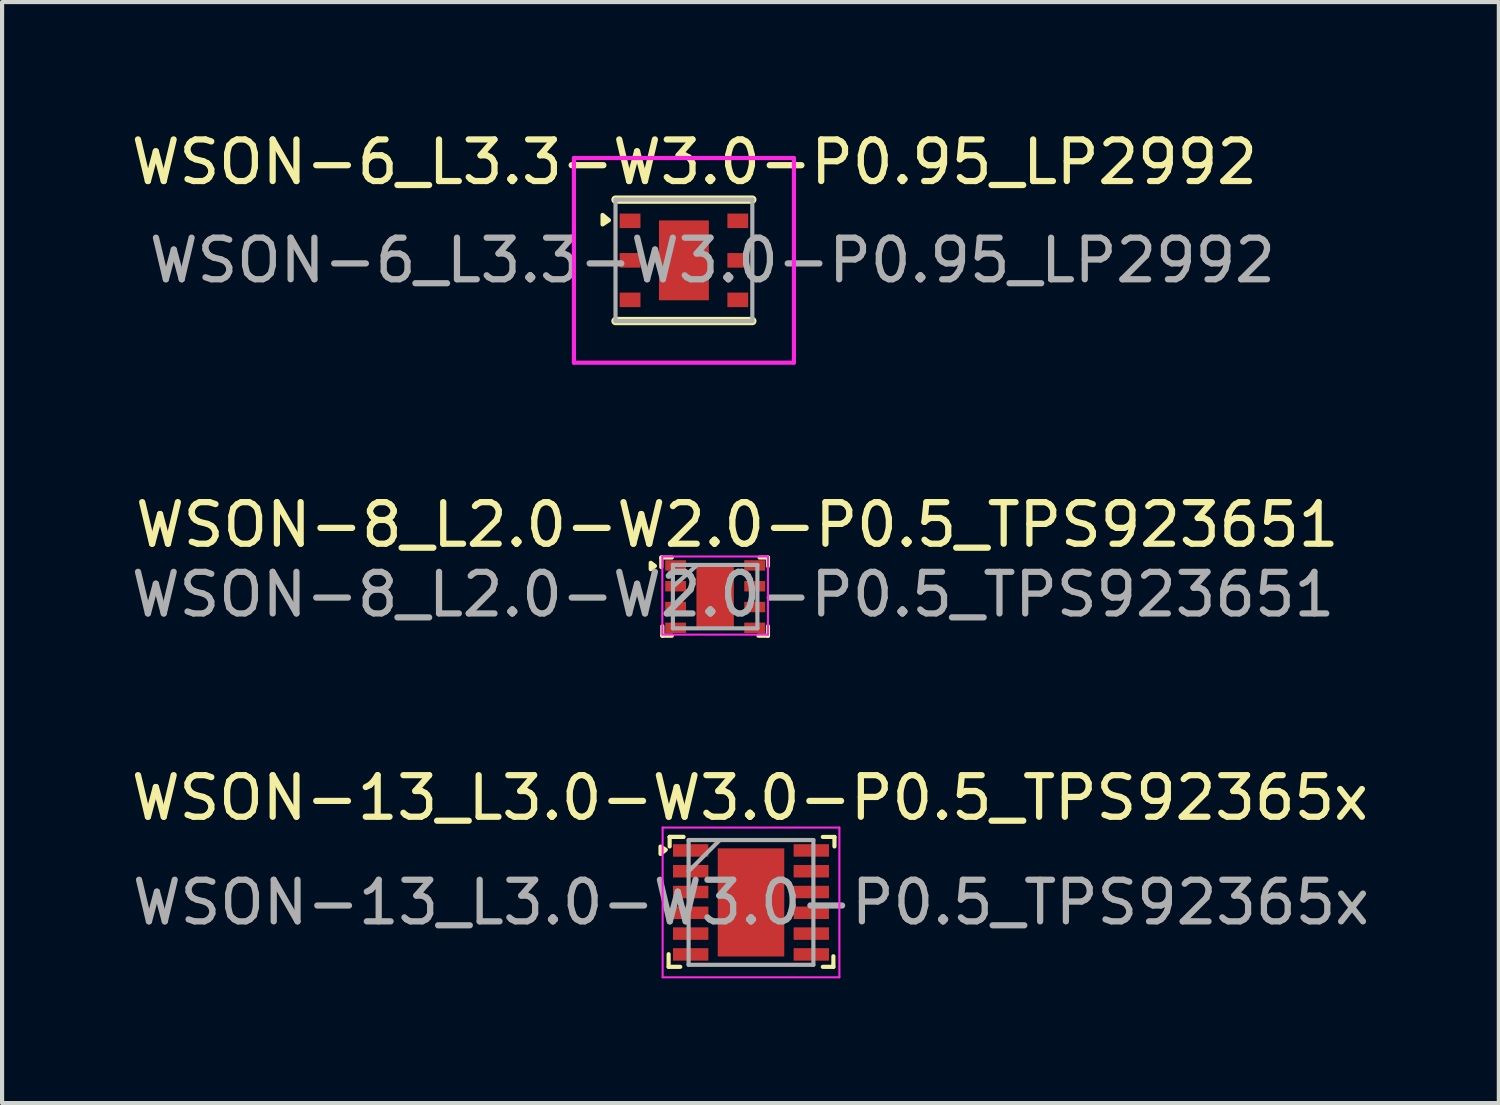
<source format=kicad_pcb>
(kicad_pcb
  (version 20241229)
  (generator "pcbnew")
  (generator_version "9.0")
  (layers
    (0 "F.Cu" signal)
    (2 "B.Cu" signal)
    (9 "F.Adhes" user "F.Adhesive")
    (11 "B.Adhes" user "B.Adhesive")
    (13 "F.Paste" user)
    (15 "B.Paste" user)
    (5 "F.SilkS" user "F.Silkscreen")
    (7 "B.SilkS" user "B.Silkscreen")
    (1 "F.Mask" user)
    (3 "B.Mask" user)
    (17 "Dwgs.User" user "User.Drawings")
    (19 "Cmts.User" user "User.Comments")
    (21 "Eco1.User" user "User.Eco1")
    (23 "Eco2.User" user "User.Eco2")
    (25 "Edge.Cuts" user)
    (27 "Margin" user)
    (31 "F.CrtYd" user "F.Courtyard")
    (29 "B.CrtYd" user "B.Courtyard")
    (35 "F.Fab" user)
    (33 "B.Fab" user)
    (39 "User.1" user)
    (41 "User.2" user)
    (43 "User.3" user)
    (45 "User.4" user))
  (footprint "WSON-6_L3.3-W3.0-P0.95_LP2992"
    (layer "F.Cu")
    (at 13.395 3.21)
    (property "Reference" "WSON-6_L3.3-W3.0-P0.95_LP2992" (at 0.254 -2.362 0) (layer "F.SilkS") (effects (font (size 1 1) (thickness 0.15))))
    (attr smd)
    (fp_line (start -1.645 1.46) (end 1.645 1.46) (stroke (width 0.2) (type solid)) (layer "F.SilkS"))
    (fp_line (start 1.645 -1.46) (end -1.645 -1.46) (stroke (width 0.2) (type solid)) (layer "F.SilkS"))
    (fp_poly (pts (xy -1.956 -1.092) (xy -1.803 -0.965) (xy -1.956 -0.864)) (stroke (width 0.1) (type solid)) (fill yes) (layer "F.SilkS"))
    (fp_line (start -2.645 -2.46) (end 2.645 -2.46) (stroke (width 0.1) (type solid)) (layer "F.CrtYd"))
    (fp_line (start -2.645 2.46) (end -2.645 -2.46) (stroke (width 0.1) (type solid)) (layer "F.CrtYd"))
    (fp_line (start 2.645 -2.46) (end 2.645 2.46) (stroke (width 0.1) (type solid)) (layer "F.CrtYd"))
    (fp_line (start 2.645 2.46) (end -2.645 2.46) (stroke (width 0.1) (type solid)) (layer "F.CrtYd"))
    (fp_line (start -1.645 -1.46) (end -1.645 1.46) (stroke (width 0.1) (type solid)) (layer "F.Fab"))
    (fp_line (start -1.645 1.46) (end 1.645 1.46) (stroke (width 0.1) (type solid)) (layer "F.Fab"))
    (fp_line (start 1.645 -1.46) (end -1.645 -1.46) (stroke (width 0.1) (type solid)) (layer "F.Fab"))
    (fp_line (start 1.645 1.46) (end 1.645 -1.46) (stroke (width 0.1) (type solid)) (layer "F.Fab"))
    (fp_text user "${REFERENCE}" (at 0.686 0 0) (layer "F.Fab") (effects (font (size 1 1) (thickness 0.15))))
    (pad "1" smd rect (at -1.295 -0.95 270) (size 0.35 0.5) (layers "F.Cu" "F.Mask" "F.Paste"))
    (pad "2" smd rect (at -1.295 0 270) (size 0.35 0.5) (layers "F.Cu" "F.Mask" "F.Paste"))
    (pad "3" smd rect (at -1.295 0.95 270) (size 0.35 0.5) (layers "F.Cu" "F.Mask" "F.Paste"))
    (pad "4" smd rect (at 1.295 0.95 270) (size 0.35 0.5) (layers "F.Cu" "F.Mask" "F.Paste"))
    (pad "5" smd rect (at 1.295 0 270) (size 0.35 0.5) (layers "F.Cu" "F.Mask" "F.Paste"))
    (pad "6" smd rect (at 1.295 -0.95 270) (size 0.35 0.5) (layers "F.Cu" "F.Mask" "F.Paste"))
    (pad "7" smd rect (at 0 0) (size 1.2 1.92) (layers "F.Cu" "F.Mask" "F.Paste")))
  (footprint "WSON-13_L3.0-W3.0-P0.5_TPS92365x"
    (layer "F.Cu")
    (at 15.008 18.649)
    (property "Reference" "WSON-13_L3.0-W3.0-P0.5_TPS92365x" (at -0.025 -2.515 0) (layer "F.SilkS") (effects (font (size 1 1) (thickness 0.15))))
    (attr smd)
    (fp_line (start -1.981 1.245) (end -1.981 1.549) (stroke (width 0.1) (type default)) (layer "F.SilkS"))
    (fp_line (start -1.981 1.549) (end -1.702 1.549) (stroke (width 0.1) (type default)) (layer "F.SilkS"))
    (fp_line (start -1.956 -1.575) (end -1.956 -1.346) (stroke (width 0.1) (type default)) (layer "F.SilkS"))
    (fp_line (start -1.956 -1.575) (end -1.626 -1.575) (stroke (width 0.1) (type default)) (layer "F.SilkS"))
    (fp_line (start -1.626 -1.575) (end -1.956 -1.575) (stroke (width 0.1) (type default)) (layer "F.SilkS"))
    (fp_line (start 1.727 -1.575) (end 2.007 -1.575) (stroke (width 0.1) (type default)) (layer "F.SilkS"))
    (fp_line (start 1.981 1.295) (end 1.981 1.549) (stroke (width 0.1) (type default)) (layer "F.SilkS"))
    (fp_line (start 1.981 1.549) (end 1.727 1.549) (stroke (width 0.1) (type default)) (layer "F.SilkS"))
    (fp_line (start 2.007 -1.575) (end 2.007 -1.346) (stroke (width 0.1) (type default)) (layer "F.SilkS"))
    (fp_poly (pts (xy -2.176 -1.343) (xy -2.049 -1.267) (xy -2.176 -1.165)) (stroke (width 0.1) (type solid)) (fill yes) (layer "F.SilkS"))
    (fp_line (start -2.125 -1.8) (end 2.125 -1.8) (stroke (width 0.05) (type solid)) (layer "F.CrtYd"))
    (fp_line (start -2.125 1.8) (end -2.125 -1.8) (stroke (width 0.05) (type solid)) (layer "F.CrtYd"))
    (fp_line (start 2.125 -1.8) (end 2.125 1.8) (stroke (width 0.05) (type solid)) (layer "F.CrtYd"))
    (fp_line (start 2.125 1.8) (end -2.125 1.8) (stroke (width 0.05) (type solid)) (layer "F.CrtYd"))
    (fp_line (start -1.5 -1.5) (end 1.5 -1.5) (stroke (width 0.1) (type solid)) (layer "F.Fab"))
    (fp_line (start -1.5 -0.75) (end -0.75 -1.5) (stroke (width 0.1) (type solid)) (layer "F.Fab"))
    (fp_line (start -1.5 1.5) (end -1.5 -1.5) (stroke (width 0.1) (type solid)) (layer "F.Fab"))
    (fp_line (start 1.5 -1.5) (end 1.5 1.5) (stroke (width 0.1) (type solid)) (layer "F.Fab"))
    (fp_line (start 1.5 1.5) (end -1.5 1.5) (stroke (width 0.1) (type solid)) (layer "F.Fab"))
    (fp_text user "${REFERENCE}" (at 0 0 0) (layer "F.Fab") (effects (font (size 1 1) (thickness 0.15))))
    (pad "1" smd rect (at -1.45 -1.25 90) (size 0.3 0.85) (layers "F.Cu" "F.Mask" "F.Paste"))
    (pad "2" smd rect (at -1.45 -0.75 90) (size 0.3 0.85) (layers "F.Cu" "F.Mask" "F.Paste"))
    (pad "3" smd rect (at -1.45 -0.25 90) (size 0.3 0.85) (layers "F.Cu" "F.Mask" "F.Paste"))
    (pad "4" smd rect (at -1.45 0.25 90) (size 0.3 0.85) (layers "F.Cu" "F.Mask" "F.Paste"))
    (pad "5" smd rect (at -1.45 0.75 90) (size 0.3 0.85) (layers "F.Cu" "F.Mask" "F.Paste"))
    (pad "6" smd rect (at -1.45 1.25 90) (size 0.3 0.85) (layers "F.Cu" "F.Mask" "F.Paste"))
    (pad "7" smd rect (at 1.45 1.25 90) (size 0.3 0.85) (layers "F.Cu" "F.Mask" "F.Paste"))
    (pad "8" smd rect (at 1.45 0.75 90) (size 0.3 0.85) (layers "F.Cu" "F.Mask" "F.Paste"))
    (pad "9" smd rect (at 1.45 0.25 90) (size 0.3 0.85) (layers "F.Cu" "F.Mask" "F.Paste"))
    (pad "10" smd rect (at 1.45 -0.25 90) (size 0.3 0.85) (layers "F.Cu" "F.Mask" "F.Paste"))
    (pad "11" smd rect (at 1.45 -0.75 90) (size 0.3 0.85) (layers "F.Cu" "F.Mask" "F.Paste"))
    (pad "12" smd rect (at 1.45 -1.25 90) (size 0.3 0.85) (layers "F.Cu" "F.Mask" "F.Paste"))
    (pad "13" smd rect (at 0 0) (size 1.6 2.6) (layers "F.Cu" "F.Mask" "F.Paste")))
  (footprint "WSON-8_L2.0-W2.0-P0.5_TPS923651"
    (layer "F.Cu")
    (at 14.146 11.296)
    (property "Reference" "WSON-8_L2.0-W2.0-P0.5_TPS923651" (at 0.533 -1.727 0) (unlocked yes) (layer "F.SilkS") (effects (font (size 1 1) (thickness 0.15))))
    (attr smd)
    (fp_line (start -1.295 -0.94) (end -1.295 -0.711) (stroke (width 0.1) (type default)) (layer "F.SilkS"))
    (fp_line (start -1.295 -0.94) (end -1.041 -0.94) (stroke (width 0.1) (type default)) (layer "F.SilkS"))
    (fp_line (start -1.27 0.711) (end -1.27 0.94) (stroke (width 0.1) (type default)) (layer "F.SilkS"))
    (fp_line (start -1.27 0.94) (end -1.041 0.94) (stroke (width 0.1) (type default)) (layer "F.SilkS"))
    (fp_line (start 1.041 0.94) (end 1.27 0.94) (stroke (width 0.1) (type default)) (layer "F.SilkS"))
    (fp_line (start 1.27 -0.94) (end 1.067 -0.94) (stroke (width 0.1) (type default)) (layer "F.SilkS"))
    (fp_line (start 1.27 -0.94) (end 1.27 -0.737) (stroke (width 0.1) (type default)) (layer "F.SilkS"))
    (fp_line (start 1.27 0.711) (end 1.27 0.94) (stroke (width 0.1) (type default)) (layer "F.SilkS"))
    (fp_poly (pts (xy -1.549 -0.813) (xy -1.448 -0.737) (xy -1.549 -0.66)) (stroke (width 0.1) (type solid)) (fill yes) (layer "F.SilkS"))
    (fp_line (start -1.27 -0.965) (end 1.27 -0.965) (stroke (width 0.05) (type solid)) (layer "F.CrtYd"))
    (fp_line (start -1.27 0.889) (end -1.27 -0.965) (stroke (width 0.05) (type solid)) (layer "F.CrtYd"))
    (fp_line (start 1.27 -0.965) (end 1.27 0.914) (stroke (width 0.05) (type solid)) (layer "F.CrtYd"))
    (fp_line (start 1.27 0.914) (end -1.27 0.914) (stroke (width 0.05) (type solid)) (layer "F.CrtYd"))
    (fp_line (start -1.016 -0.762) (end 1.016 -0.762) (stroke (width 0.1) (type solid)) (layer "F.Fab"))
    (fp_line (start -1.016 0.762) (end -1.016 -0.762) (stroke (width 0.1) (type solid)) (layer "F.Fab"))
    (fp_line (start -0.999 -0.254) (end -0.457 -0.737) (stroke (width 0.1) (type solid)) (layer "F.Fab"))
    (fp_line (start 1.016 -0.762) (end 1.016 0.762) (stroke (width 0.1) (type solid)) (layer "F.Fab"))
    (fp_line (start 1.016 0.762) (end -1.016 0.762) (stroke (width 0.1) (type solid)) (layer "F.Fab"))
    (fp_text user "${REFERENCE}" (at 0.432 -0.051 0) (unlocked yes) (layer "F.Fab") (effects (font (size 1 1) (thickness 0.15))))
    (pad "1" smd rect (at -0.95 -0.75 90) (size 0.25 0.5) (layers "F.Cu" "F.Mask" "F.Paste"))
    (pad "2" smd rect (at -0.95 -0.25 90) (size 0.25 0.5) (layers "F.Cu" "F.Mask" "F.Paste"))
    (pad "3" smd rect (at -0.95 0.25 90) (size 0.25 0.5) (layers "F.Cu" "F.Mask" "F.Paste"))
    (pad "4" smd rect (at -0.95 0.75 90) (size 0.25 0.5) (layers "F.Cu" "F.Mask" "F.Paste"))
    (pad "5" smd rect (at 0.95 0.75 90) (size 0.25 0.5) (layers "F.Cu" "F.Mask" "F.Paste"))
    (pad "6" smd rect (at 0.95 0.25 90) (size 0.25 0.5) (layers "F.Cu" "F.Mask" "F.Paste"))
    (pad "7" smd rect (at 0.95 -0.25 90) (size 0.25 0.5) (layers "F.Cu" "F.Mask" "F.Paste"))
    (pad "8" smd rect (at 0.95 -0.75 90) (size 0.25 0.5) (layers "F.Cu" "F.Mask" "F.Paste"))
    (pad "9" smd rect (at 0 0) (size 0.9 1.6) (layers "F.Cu" "F.Mask" "F.Paste")))
  (gr_rect
    (start -3 -3)
    (end 32.99 23.474)
    (stroke (width 0.1) (type default))
    (fill no)
    (layer "Edge.Cuts")))
</source>
